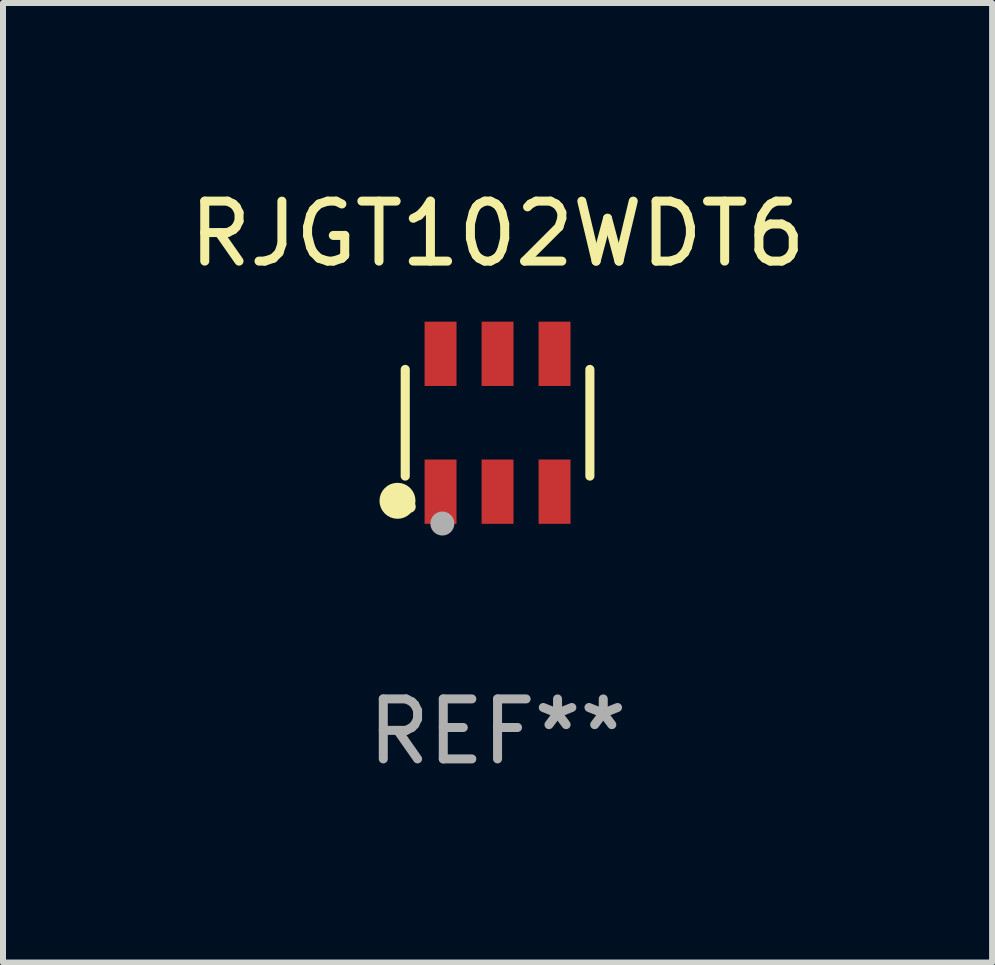
<source format=kicad_pcb>
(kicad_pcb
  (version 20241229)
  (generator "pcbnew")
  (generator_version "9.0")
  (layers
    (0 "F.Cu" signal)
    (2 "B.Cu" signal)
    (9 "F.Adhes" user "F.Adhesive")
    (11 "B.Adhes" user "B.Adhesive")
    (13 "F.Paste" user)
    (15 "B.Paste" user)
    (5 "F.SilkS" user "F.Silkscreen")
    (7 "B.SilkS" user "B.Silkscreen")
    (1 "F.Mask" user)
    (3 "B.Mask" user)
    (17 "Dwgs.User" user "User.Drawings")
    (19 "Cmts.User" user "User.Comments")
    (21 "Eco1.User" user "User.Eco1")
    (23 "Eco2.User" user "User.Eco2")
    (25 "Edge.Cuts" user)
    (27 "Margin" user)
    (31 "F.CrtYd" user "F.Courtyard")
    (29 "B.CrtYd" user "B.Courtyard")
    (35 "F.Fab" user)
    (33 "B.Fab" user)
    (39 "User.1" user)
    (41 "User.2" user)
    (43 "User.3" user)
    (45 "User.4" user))
  (footprint "RJGT102WDT6"
    (layer "F.Cu")
    (at 5.244 3.997)
    (property "Reference" "RJGT102WDT6" (at 0 -3.149 0) (layer "F.SilkS") (effects (font (size 1 1) (thickness 0.15))))
    (attr through_hole)
    (fp_line (start -1.539 0.889) (end -1.539 -0.889) (stroke (width 0.152) (type solid)) (layer "F.SilkS"))
    (fp_line (start 1.539 0.889) (end 1.539 -0.889) (stroke (width 0.152) (type solid)) (layer "F.SilkS"))
    (fp_circle (center -1.668 1.301) (end -1.518 1.301) (stroke (width 0.3) (type solid)) (fill no) (layer "F.SilkS"))
    (fp_circle (center -1.463 1.4) (end -1.413 1.4) (stroke (width 0.1) (type solid)) (fill no) (layer "F.SilkS"))
    (fp_circle (center -0.92 1.68) (end -0.82 1.68) (stroke (width 0.2) (type solid)) (fill no) (layer "F.Fab"))
    (fp_text user "REF**" (at 0 5.149 0) (layer "F.Fab") (effects (font (size 1 1) (thickness 0.15))))
    (pad "1" smd rect (at -0.95 1.149) (size 0.532 1.072) (layers "F.Cu" "F.Mask" "F.Paste"))
    (pad "2" smd rect (at 0 1.149) (size 0.532 1.072) (layers "F.Cu" "F.Mask" "F.Paste"))
    (pad "3" smd rect (at 0.95 1.149) (size 0.532 1.072) (layers "F.Cu" "F.Mask" "F.Paste"))
    (pad "4" smd rect (at 0.95 -1.149) (size 0.532 1.072) (layers "F.Cu" "F.Mask" "F.Paste"))
    (pad "5" smd rect (at 0 -1.149) (size 0.532 1.072) (layers "F.Cu" "F.Mask" "F.Paste"))
    (pad "6" smd rect (at -0.95 -1.149) (size 0.532 1.072) (layers "F.Cu" "F.Mask" "F.Paste")))
  (gr_rect
    (start -3 -3)
    (end 13.488 12.995)
    (stroke (width 0.1) (type default))
    (fill no)
    (layer "Edge.Cuts")))
</source>
